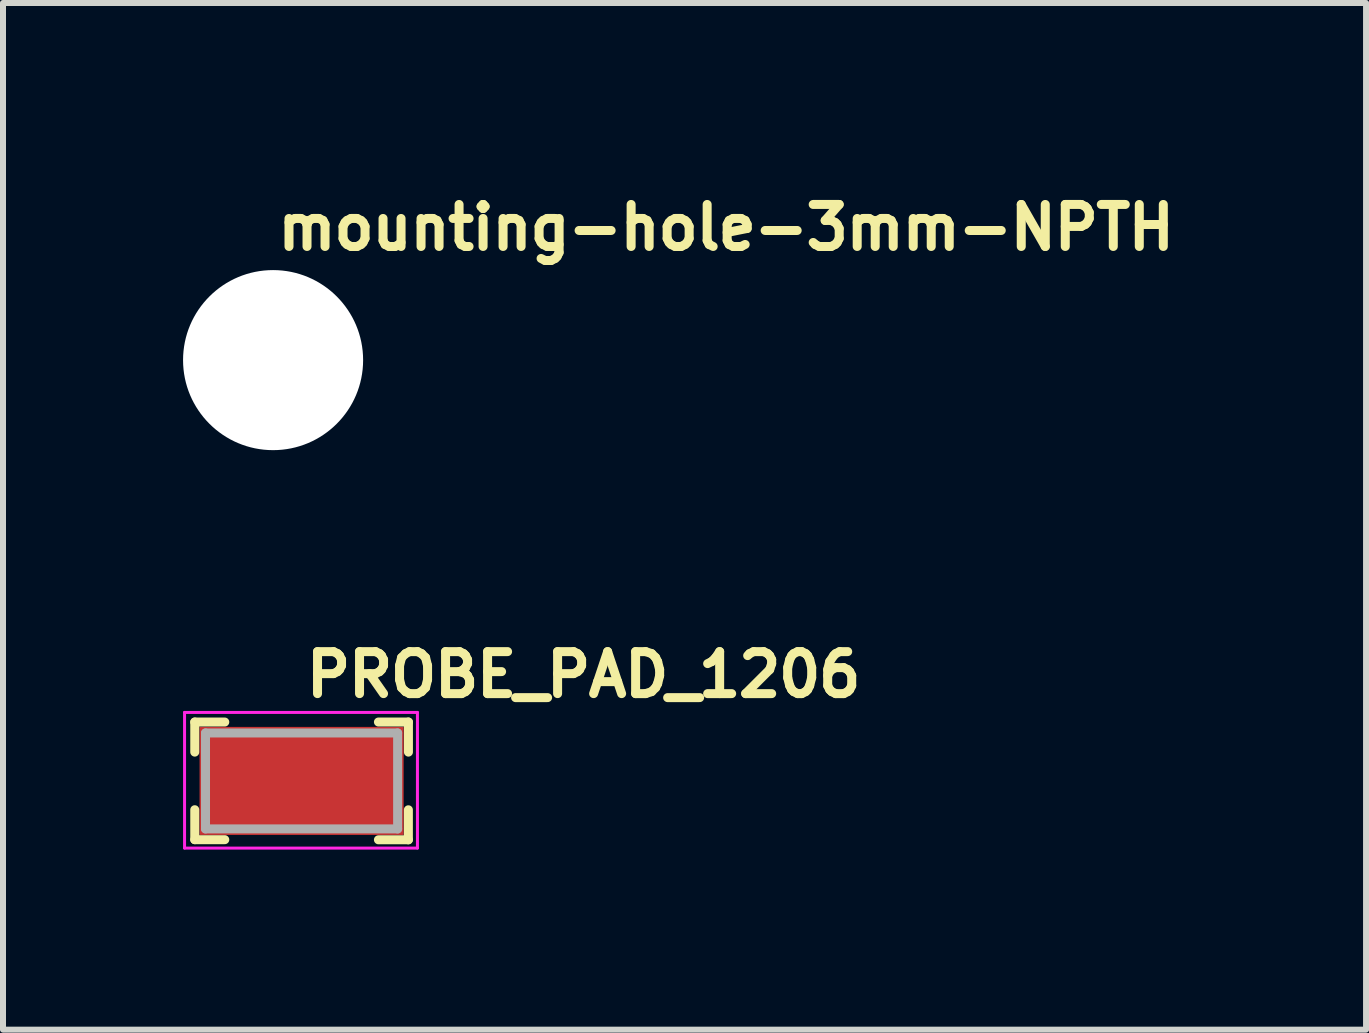
<source format=kicad_pcb>
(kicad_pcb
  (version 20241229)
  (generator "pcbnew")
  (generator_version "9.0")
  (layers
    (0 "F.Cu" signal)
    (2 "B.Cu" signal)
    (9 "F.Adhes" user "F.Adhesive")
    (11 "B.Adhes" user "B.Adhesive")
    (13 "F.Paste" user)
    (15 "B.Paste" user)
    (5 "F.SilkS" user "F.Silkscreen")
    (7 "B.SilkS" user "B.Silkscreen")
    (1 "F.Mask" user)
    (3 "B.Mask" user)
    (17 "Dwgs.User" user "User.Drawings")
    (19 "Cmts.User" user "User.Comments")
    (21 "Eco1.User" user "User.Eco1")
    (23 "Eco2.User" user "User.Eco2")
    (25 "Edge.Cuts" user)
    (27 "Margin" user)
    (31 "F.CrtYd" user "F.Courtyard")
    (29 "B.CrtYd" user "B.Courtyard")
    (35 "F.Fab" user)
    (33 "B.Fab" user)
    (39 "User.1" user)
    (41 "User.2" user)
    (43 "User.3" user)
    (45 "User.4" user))
  (footprint "PROBE_PAD_1206"
    (layer "F.Cu")
    (at 1.975 9.9)
    (property "Reference" "PROBE_PAD_1206" (at 0 -1.3 0) (layer "F.SilkS") (effects (font (size 0.7 0.7) (thickness 0.15)) (justify left bottom)))
    (attr smd)
    (fp_line (start -1.78 -0.92) (end -1.78 -0.419) (stroke (width 0.15) (type solid)) (layer "F.SilkS"))
    (fp_line (start -1.78 -0.92) (end -1.28 -0.92) (stroke (width 0.15) (type solid)) (layer "F.SilkS"))
    (fp_line (start -1.78 0.541) (end -1.78 1.04) (stroke (width 0.15) (type solid)) (layer "F.SilkS"))
    (fp_line (start -1.78 1.04) (end -1.28 1.04) (stroke (width 0.15) (type solid)) (layer "F.SilkS"))
    (fp_line (start 1.779 1.042) (end 1.28 1.042) (stroke (width 0.15) (type solid)) (layer "F.SilkS"))
    (fp_line (start 1.779 1.042) (end 1.779 0.542) (stroke (width 0.15) (type solid)) (layer "F.SilkS"))
    (fp_line (start 1.78 -0.92) (end 1.28 -0.92) (stroke (width 0.15) (type solid)) (layer "F.SilkS"))
    (fp_line (start 1.78 -0.92) (end 1.78 -0.419) (stroke (width 0.15) (type solid)) (layer "F.SilkS"))
    (fp_line (start -1.95 -1.08) (end -1.95 1.18) (stroke (width 0.05) (type solid)) (layer "F.CrtYd"))
    (fp_line (start 1.93 -1.08) (end -1.95 -1.08) (stroke (width 0.05) (type solid)) (layer "F.CrtYd"))
    (fp_line (start 1.93 -1.08) (end 1.93 1.18) (stroke (width 0.05) (type solid)) (layer "F.CrtYd"))
    (fp_line (start 1.93 1.18) (end -1.95 1.18) (stroke (width 0.05) (type solid)) (layer "F.CrtYd"))
    (fp_line (start -1.601 0.861) (end -1.601 -0.738) (stroke (width 0.15) (type solid)) (layer "F.Fab"))
    (fp_line (start 1.6 -0.738) (end -1.601 -0.738) (stroke (width 0.15) (type solid)) (layer "F.Fab"))
    (fp_line (start 1.6 0.861) (end -1.601 0.861) (stroke (width 0.15) (type solid)) (layer "F.Fab"))
    (fp_line (start 1.6 0.861) (end 1.6 -0.738) (stroke (width 0.15) (type solid)) (layer "F.Fab"))
    (fp_rect (start -1.601 -0.814) (end 1.6 0.812) (stroke (width 0.1) (type solid)) (fill no) (layer "User.5"))
    (fp_line (start -1.601 -0.789) (end -1.601 -0.588) (stroke (width 0.02) (type solid)) (layer "User.9"))
    (fp_line (start -1.601 -0.789) (end -1.371 -0.789) (stroke (width 0.02) (type solid)) (layer "User.9"))
    (fp_line (start -1.601 -0.29) (end -1.601 -0.588) (stroke (width 0.02) (type solid)) (layer "User.9"))
    (fp_line (start -1.601 -0.29) (end -1.601 0.509) (stroke (width 0.02) (type solid)) (layer "User.9"))
    (fp_line (start -1.601 0.509) (end -1.301 0.761) (stroke (width 0.02) (type solid)) (layer "User.9"))
    (fp_line (start -1.601 0.611) (end -1.601 0.509) (stroke (width 0.02) (type solid)) (layer "User.9"))
    (fp_line (start -1.601 0.812) (end -1.601 0.611) (stroke (width 0.02) (type solid)) (layer "User.9"))
    (fp_line (start -1.601 0.812) (end -1.371 0.812) (stroke (width 0.02) (type solid)) (layer "User.9"))
    (fp_line (start -1.551 -0.588) (end -1.601 -0.588) (stroke (width 0.02) (type solid)) (layer "User.9"))
    (fp_line (start -1.551 0.611) (end -1.601 0.611) (stroke (width 0.02) (type solid)) (layer "User.9"))
    (fp_line (start -1.48 0.611) (end -1.551 0.611) (stroke (width 0.02) (type solid)) (layer "User.9"))
    (fp_line (start -1.371 -0.789) (end -1.371 -0.588) (stroke (width 0.02) (type solid)) (layer "User.9"))
    (fp_line (start -1.371 0.812) (end -1.371 0.703) (stroke (width 0.02) (type solid)) (layer "User.9"))
    (fp_line (start -1.301 -0.814) (end -1.301 -0.588) (stroke (width 0.02) (type solid)) (layer "User.9"))
    (fp_line (start -1.301 -0.814) (end 1.3 -0.814) (stroke (width 0.02) (type solid)) (layer "User.9"))
    (fp_line (start -1.301 -0.789) (end -1.371 -0.789) (stroke (width 0.02) (type solid)) (layer "User.9"))
    (fp_line (start -1.301 -0.588) (end -1.551 -0.588) (stroke (width 0.02) (type solid)) (layer "User.9"))
    (fp_line (start -1.301 -0.588) (end -1.301 -0.464) (stroke (width 0.02) (type solid)) (layer "User.9"))
    (fp_line (start -1.301 -0.464) (end -1.601 -0.29) (stroke (width 0.02) (type solid)) (layer "User.9"))
    (fp_line (start -1.301 0.761) (end -1.301 0.812) (stroke (width 0.02) (type solid)) (layer "User.9"))
    (fp_line (start -1.301 0.812) (end -1.371 0.812) (stroke (width 0.02) (type solid)) (layer "User.9"))
    (fp_line (start -1.301 0.812) (end -0.802 0.812) (stroke (width 0.02) (type solid)) (layer "User.9"))
    (fp_line (start -0.802 0.761) (end -0.351 0.761) (stroke (width 0.02) (type solid)) (layer "User.9"))
    (fp_line (start -0.802 0.812) (end -0.802 0.761) (stroke (width 0.02) (type solid)) (layer "User.9"))
    (fp_line (start -0.351 0.711) (end 0.349 0.711) (stroke (width 0.02) (type solid)) (layer "User.9"))
    (fp_line (start -0.351 0.761) (end -0.351 0.711) (stroke (width 0.02) (type solid)) (layer "User.9"))
    (fp_line (start 0.349 0.711) (end 0.349 0.761) (stroke (width 0.02) (type solid)) (layer "User.9"))
    (fp_line (start 0.349 0.761) (end 0.8 0.761) (stroke (width 0.02) (type solid)) (layer "User.9"))
    (fp_line (start 0.8 0.761) (end 0.8 0.812) (stroke (width 0.02) (type solid)) (layer "User.9"))
    (fp_line (start 0.8 0.812) (end -0.802 0.812) (stroke (width 0.02) (type solid)) (layer "User.9"))
    (fp_line (start 0.8 0.812) (end 1.3 0.812) (stroke (width 0.02) (type solid)) (layer "User.9"))
    (fp_line (start 1.3 -0.814) (end 1.3 -0.588) (stroke (width 0.02) (type solid)) (layer "User.9"))
    (fp_line (start 1.3 -0.464) (end 1.3 -0.588) (stroke (width 0.02) (type solid)) (layer "User.9"))
    (fp_line (start 1.3 0.761) (end 1.6 0.509) (stroke (width 0.02) (type solid)) (layer "User.9"))
    (fp_line (start 1.3 0.812) (end 1.3 0.761) (stroke (width 0.02) (type solid)) (layer "User.9"))
    (fp_line (start 1.37 -0.789) (end 1.3 -0.789) (stroke (width 0.02) (type solid)) (layer "User.9"))
    (fp_line (start 1.37 -0.789) (end 1.37 -0.588) (stroke (width 0.02) (type solid)) (layer "User.9"))
    (fp_line (start 1.37 -0.789) (end 1.6 -0.789) (stroke (width 0.02) (type solid)) (layer "User.9"))
    (fp_line (start 1.37 0.812) (end 1.3 0.812) (stroke (width 0.02) (type solid)) (layer "User.9"))
    (fp_line (start 1.37 0.812) (end 1.37 0.703) (stroke (width 0.02) (type solid)) (layer "User.9"))
    (fp_line (start 1.37 0.812) (end 1.6 0.812) (stroke (width 0.02) (type solid)) (layer "User.9"))
    (fp_line (start 1.55 -0.588) (end 1.3 -0.588) (stroke (width 0.02) (type solid)) (layer "User.9"))
    (fp_line (start 1.55 0.611) (end 1.477 0.611) (stroke (width 0.02) (type solid)) (layer "User.9"))
    (fp_line (start 1.6 -0.789) (end 1.6 -0.588) (stroke (width 0.02) (type solid)) (layer "User.9"))
    (fp_line (start 1.6 -0.588) (end 1.55 -0.588) (stroke (width 0.02) (type solid)) (layer "User.9"))
    (fp_line (start 1.6 -0.29) (end 1.3 -0.464) (stroke (width 0.02) (type solid)) (layer "User.9"))
    (fp_line (start 1.6 -0.29) (end 1.6 -0.588) (stroke (width 0.02) (type solid)) (layer "User.9"))
    (fp_line (start 1.6 0.509) (end 1.6 -0.29) (stroke (width 0.02) (type solid)) (layer "User.9"))
    (fp_line (start 1.6 0.611) (end 1.55 0.611) (stroke (width 0.02) (type solid)) (layer "User.9"))
    (fp_line (start 1.6 0.611) (end 1.6 0.509) (stroke (width 0.02) (type solid)) (layer "User.9"))
    (fp_line (start 1.6 0.812) (end 1.6 0.611) (stroke (width 0.02) (type solid)) (layer "User.9"))
    (pad "1" smd rect (at 0 0.061) (size 3.4 1.8) (layers "F.Cu" "F.Mask" "F.Paste")))
  (footprint "mounting-hole-3mm-NPTH"
    (layer "F.Cu")
    (at 1.5 2.95)
    (property "Reference" "mounting-hole-3mm-NPTH" (at 0 -1.8 0) (layer "F.SilkS") (effects (font (size 0.7 0.7) (thickness 0.15)) (justify left bottom)))
    (attr through_hole)
    (pad "" np_thru_hole circle (at 0 0) (size 3 3) (drill 3) (layers "*.Cu" "*.Mask")))
  (gr_rect
    (start -3 -3)
    (end 19.71 14.105)
    (stroke (width 0.1) (type default))
    (fill no)
    (layer "Edge.Cuts")))
</source>
